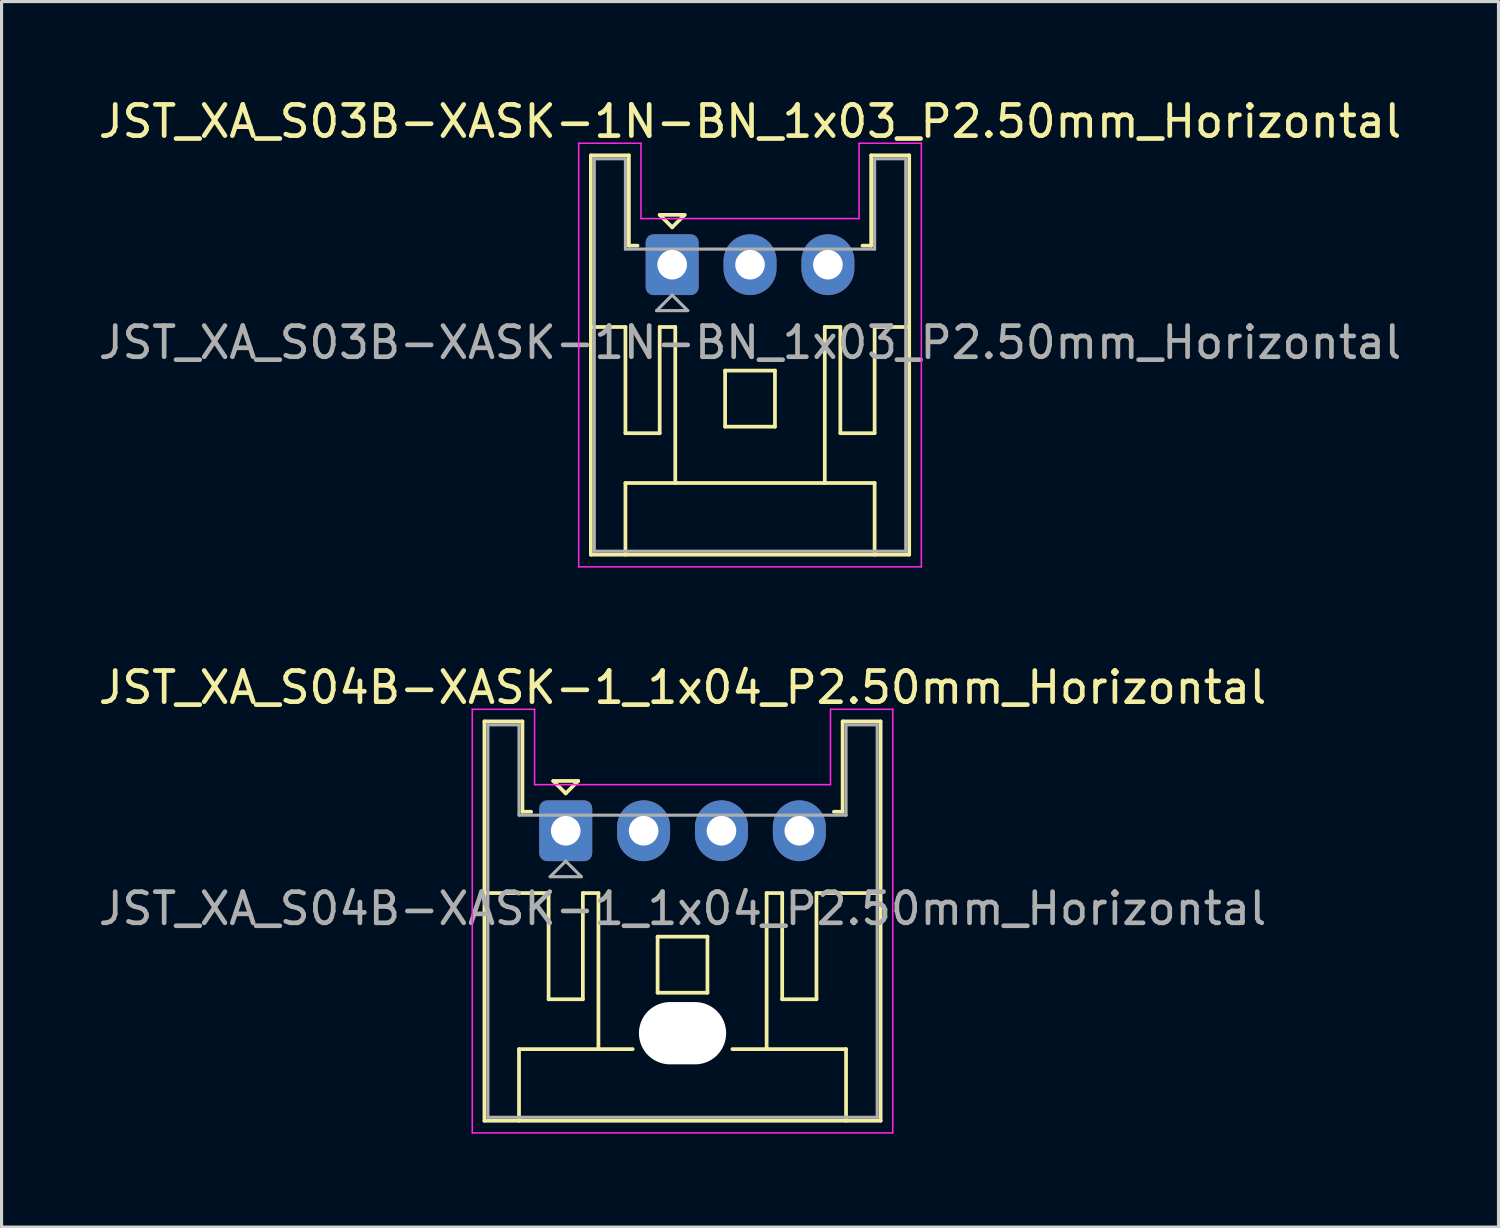
<source format=kicad_pcb>
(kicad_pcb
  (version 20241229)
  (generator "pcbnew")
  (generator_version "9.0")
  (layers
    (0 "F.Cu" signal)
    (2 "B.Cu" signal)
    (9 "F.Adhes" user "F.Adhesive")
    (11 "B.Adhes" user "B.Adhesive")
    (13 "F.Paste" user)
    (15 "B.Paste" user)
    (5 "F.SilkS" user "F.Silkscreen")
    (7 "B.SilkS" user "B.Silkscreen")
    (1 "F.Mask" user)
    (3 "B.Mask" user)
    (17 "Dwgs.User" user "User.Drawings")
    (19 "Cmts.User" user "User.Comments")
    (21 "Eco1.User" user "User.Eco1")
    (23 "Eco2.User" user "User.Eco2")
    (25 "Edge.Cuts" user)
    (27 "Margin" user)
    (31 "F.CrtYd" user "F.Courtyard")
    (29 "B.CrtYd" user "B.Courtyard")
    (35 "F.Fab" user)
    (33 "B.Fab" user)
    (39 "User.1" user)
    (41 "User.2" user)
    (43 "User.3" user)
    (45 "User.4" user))
  (footprint "JST_XA_S04B-XASK-1_1x04_P2.50mm_Horizontal"
    (layer "F.Cu")
    (at 15.113 23.622)
    (property "Reference" "JST_XA_S04B-XASK-1_1x04_P2.50mm_Horizontal" (at 3.75 -4.6 0) (layer "F.SilkS") (effects (font (size 1 1) (thickness 0.15))))
    (attr through_hole)
    (fp_line (start -2.61 -3.51) (end -2.61 9.31) (stroke (width 0.12) (type solid)) (layer "F.SilkS"))
    (fp_line (start -2.61 9.31) (end 10.11 9.31) (stroke (width 0.12) (type solid)) (layer "F.SilkS"))
    (fp_line (start -1.5 7.01) (end 2.15 7.01) (stroke (width 0.12) (type solid)) (layer "F.SilkS"))
    (fp_line (start -1.5 9.31) (end -1.5 7.01) (stroke (width 0.12) (type solid)) (layer "F.SilkS"))
    (fp_line (start -1.39 -3.51) (end -2.61 -3.51) (stroke (width 0.12) (type solid)) (layer "F.SilkS"))
    (fp_line (start -1.39 -0.61) (end -1.39 -3.51) (stroke (width 0.12) (type solid)) (layer "F.SilkS"))
    (fp_line (start -1.11 -0.61) (end -1.39 -0.61) (stroke (width 0.12) (type solid)) (layer "F.SilkS"))
    (fp_line (start -0.55 2) (end -2.61 2) (stroke (width 0.12) (type solid)) (layer "F.SilkS"))
    (fp_line (start -0.55 5.41) (end -0.55 2) (stroke (width 0.12) (type solid)) (layer "F.SilkS"))
    (fp_line (start -0.4 -1.6) (end 0.4 -1.6) (stroke (width 0.12) (type solid)) (layer "F.SilkS"))
    (fp_line (start 0 -1.2) (end -0.4 -1.6) (stroke (width 0.12) (type solid)) (layer "F.SilkS"))
    (fp_line (start 0.4 -1.6) (end 0 -1.2) (stroke (width 0.12) (type solid)) (layer "F.SilkS"))
    (fp_line (start 0.55 2) (end 0.55 5.41) (stroke (width 0.12) (type solid)) (layer "F.SilkS"))
    (fp_line (start 0.55 5.41) (end -0.55 5.41) (stroke (width 0.12) (type solid)) (layer "F.SilkS"))
    (fp_line (start 1.05 2) (end 0.55 2) (stroke (width 0.12) (type solid)) (layer "F.SilkS"))
    (fp_line (start 1.05 7.01) (end 1.05 2) (stroke (width 0.12) (type solid)) (layer "F.SilkS"))
    (fp_line (start 2.95 3.4) (end 4.55 3.4) (stroke (width 0.12) (type solid)) (layer "F.SilkS"))
    (fp_line (start 2.95 5.2) (end 2.95 3.4) (stroke (width 0.12) (type solid)) (layer "F.SilkS"))
    (fp_line (start 4.55 3.4) (end 4.55 5.2) (stroke (width 0.12) (type solid)) (layer "F.SilkS"))
    (fp_line (start 4.55 5.2) (end 2.95 5.2) (stroke (width 0.12) (type solid)) (layer "F.SilkS"))
    (fp_line (start 5.35 7.01) (end 9 7.01) (stroke (width 0.12) (type solid)) (layer "F.SilkS"))
    (fp_line (start 6.45 2) (end 6.95 2) (stroke (width 0.12) (type solid)) (layer "F.SilkS"))
    (fp_line (start 6.45 7.01) (end 6.45 2) (stroke (width 0.12) (type solid)) (layer "F.SilkS"))
    (fp_line (start 6.95 2) (end 6.95 5.41) (stroke (width 0.12) (type solid)) (layer "F.SilkS"))
    (fp_line (start 6.95 5.41) (end 8.05 5.41) (stroke (width 0.12) (type solid)) (layer "F.SilkS"))
    (fp_line (start 8.05 2) (end 10.11 2) (stroke (width 0.12) (type solid)) (layer "F.SilkS"))
    (fp_line (start 8.05 5.41) (end 8.05 2) (stroke (width 0.12) (type solid)) (layer "F.SilkS"))
    (fp_line (start 8.89 -3.51) (end 8.89 -0.61) (stroke (width 0.12) (type solid)) (layer "F.SilkS"))
    (fp_line (start 8.89 -0.61) (end 8.61 -0.61) (stroke (width 0.12) (type solid)) (layer "F.SilkS"))
    (fp_line (start 9 7.01) (end 9 9.31) (stroke (width 0.12) (type solid)) (layer "F.SilkS"))
    (fp_line (start 10.11 -3.51) (end 8.89 -3.51) (stroke (width 0.12) (type solid)) (layer "F.SilkS"))
    (fp_line (start 10.11 9.31) (end 10.11 -3.51) (stroke (width 0.12) (type solid)) (layer "F.SilkS"))
    (fp_line (start -3 -3.9) (end -3 9.7) (stroke (width 0.05) (type solid)) (layer "F.CrtYd"))
    (fp_line (start -3 9.7) (end 10.5 9.7) (stroke (width 0.05) (type solid)) (layer "F.CrtYd"))
    (fp_line (start -1 -3.9) (end -3 -3.9) (stroke (width 0.05) (type solid)) (layer "F.CrtYd"))
    (fp_line (start -1 -1.48) (end -1 -3.9) (stroke (width 0.05) (type solid)) (layer "F.CrtYd"))
    (fp_line (start 8.5 -3.9) (end 8.5 -1.48) (stroke (width 0.05) (type solid)) (layer "F.CrtYd"))
    (fp_line (start 8.5 -1.48) (end -1 -1.48) (stroke (width 0.05) (type solid)) (layer "F.CrtYd"))
    (fp_line (start 10.5 -3.9) (end 8.5 -3.9) (stroke (width 0.05) (type solid)) (layer "F.CrtYd"))
    (fp_line (start 10.5 9.7) (end 10.5 -3.9) (stroke (width 0.05) (type solid)) (layer "F.CrtYd"))
    (fp_line (start -2.5 -3.4) (end -2.5 9.2) (stroke (width 0.1) (type solid)) (layer "F.Fab"))
    (fp_line (start -2.5 9.2) (end 10 9.2) (stroke (width 0.1) (type solid)) (layer "F.Fab"))
    (fp_line (start -1.5 -3.4) (end -2.5 -3.4) (stroke (width 0.1) (type solid)) (layer "F.Fab"))
    (fp_line (start -1.5 -0.5) (end -1.5 -3.4) (stroke (width 0.1) (type solid)) (layer "F.Fab"))
    (fp_line (start -0.5 1.475) (end 0.5 1.475) (stroke (width 0.1) (type solid)) (layer "F.Fab"))
    (fp_line (start 0 0.975) (end -0.5 1.475) (stroke (width 0.1) (type solid)) (layer "F.Fab"))
    (fp_line (start 0.5 1.475) (end 0 0.975) (stroke (width 0.1) (type solid)) (layer "F.Fab"))
    (fp_line (start 9 -3.4) (end 9 -0.5) (stroke (width 0.1) (type solid)) (layer "F.Fab"))
    (fp_line (start 9 -0.5) (end -1.5 -0.5) (stroke (width 0.1) (type solid)) (layer "F.Fab"))
    (fp_line (start 10 -3.4) (end 9 -3.4) (stroke (width 0.1) (type solid)) (layer "F.Fab"))
    (fp_line (start 10 9.2) (end 10 -3.4) (stroke (width 0.1) (type solid)) (layer "F.Fab"))
    (fp_text user "${REFERENCE}" (at 3.75 2.5 0) (layer "F.Fab") (effects (font (size 1 1) (thickness 0.15))))
    (pad "" np_thru_hole oval (at 3.75 6.5) (size 2.8 2) (drill oval 2.8 2) (layers "*.Cu" "*.Mask"))
    (pad "1" thru_hole roundrect (at 0 0) (size 1.7 1.95) (drill 0.95) (layers "*.Cu" "*.Mask") (roundrect_rratio 0.147))
    (pad "2" thru_hole oval (at 2.5 0) (size 1.7 1.95) (drill 0.95) (layers "*.Cu" "*.Mask"))
    (pad "3" thru_hole oval (at 5 0) (size 1.7 1.95) (drill 0.95) (layers "*.Cu" "*.Mask"))
    (pad "4" thru_hole oval (at 7.5 0) (size 1.7 1.95) (drill 0.95) (layers "*.Cu" "*.Mask")))
  (footprint "JST_XA_S03B-XASK-1N-BN_1x03_P2.50mm_Horizontal"
    (layer "F.Cu")
    (at 18.53 5.448)
    (property "Reference" "JST_XA_S03B-XASK-1N-BN_1x03_P2.50mm_Horizontal" (at 2.5 -4.6 0) (layer "F.SilkS") (effects (font (size 1 1) (thickness 0.15))))
    (attr through_hole)
    (fp_line (start -2.61 -3.51) (end -2.61 9.31) (stroke (width 0.12) (type solid)) (layer "F.SilkS"))
    (fp_line (start -2.61 9.31) (end 7.61 9.31) (stroke (width 0.12) (type solid)) (layer "F.SilkS"))
    (fp_line (start -1.5 2) (end -2.61 2) (stroke (width 0.12) (type solid)) (layer "F.SilkS"))
    (fp_line (start -1.5 5.41) (end -1.5 2) (stroke (width 0.12) (type solid)) (layer "F.SilkS"))
    (fp_line (start -1.5 7.01) (end 6.5 7.01) (stroke (width 0.12) (type solid)) (layer "F.SilkS"))
    (fp_line (start -1.5 9.31) (end -1.5 7.01) (stroke (width 0.12) (type solid)) (layer "F.SilkS"))
    (fp_line (start -1.39 -3.51) (end -2.61 -3.51) (stroke (width 0.12) (type solid)) (layer "F.SilkS"))
    (fp_line (start -1.39 -0.61) (end -1.39 -3.51) (stroke (width 0.12) (type solid)) (layer "F.SilkS"))
    (fp_line (start -1.11 -0.61) (end -1.39 -0.61) (stroke (width 0.12) (type solid)) (layer "F.SilkS"))
    (fp_line (start -0.4 -1.6) (end 0.4 -1.6) (stroke (width 0.12) (type solid)) (layer "F.SilkS"))
    (fp_line (start -0.4 2) (end -0.4 5.41) (stroke (width 0.12) (type solid)) (layer "F.SilkS"))
    (fp_line (start -0.4 5.41) (end -1.5 5.41) (stroke (width 0.12) (type solid)) (layer "F.SilkS"))
    (fp_line (start 0 -1.2) (end -0.4 -1.6) (stroke (width 0.12) (type solid)) (layer "F.SilkS"))
    (fp_line (start 0.1 2) (end -0.4 2) (stroke (width 0.12) (type solid)) (layer "F.SilkS"))
    (fp_line (start 0.1 7.01) (end 0.1 2) (stroke (width 0.12) (type solid)) (layer "F.SilkS"))
    (fp_line (start 0.4 -1.6) (end 0 -1.2) (stroke (width 0.12) (type solid)) (layer "F.SilkS"))
    (fp_line (start 1.7 3.4) (end 3.3 3.4) (stroke (width 0.12) (type solid)) (layer "F.SilkS"))
    (fp_line (start 1.7 5.2) (end 1.7 3.4) (stroke (width 0.12) (type solid)) (layer "F.SilkS"))
    (fp_line (start 3.3 3.4) (end 3.3 5.2) (stroke (width 0.12) (type solid)) (layer "F.SilkS"))
    (fp_line (start 3.3 5.2) (end 1.7 5.2) (stroke (width 0.12) (type solid)) (layer "F.SilkS"))
    (fp_line (start 4.9 2) (end 5.4 2) (stroke (width 0.12) (type solid)) (layer "F.SilkS"))
    (fp_line (start 4.9 7.01) (end 4.9 2) (stroke (width 0.12) (type solid)) (layer "F.SilkS"))
    (fp_line (start 5.4 2) (end 5.4 5.41) (stroke (width 0.12) (type solid)) (layer "F.SilkS"))
    (fp_line (start 5.4 5.41) (end 6.5 5.41) (stroke (width 0.12) (type solid)) (layer "F.SilkS"))
    (fp_line (start 6.39 -3.51) (end 6.39 -0.61) (stroke (width 0.12) (type solid)) (layer "F.SilkS"))
    (fp_line (start 6.39 -0.61) (end 6.11 -0.61) (stroke (width 0.12) (type solid)) (layer "F.SilkS"))
    (fp_line (start 6.5 2) (end 7.61 2) (stroke (width 0.12) (type solid)) (layer "F.SilkS"))
    (fp_line (start 6.5 5.41) (end 6.5 2) (stroke (width 0.12) (type solid)) (layer "F.SilkS"))
    (fp_line (start 6.5 7.01) (end 6.5 9.31) (stroke (width 0.12) (type solid)) (layer "F.SilkS"))
    (fp_line (start 7.61 -3.51) (end 6.39 -3.51) (stroke (width 0.12) (type solid)) (layer "F.SilkS"))
    (fp_line (start 7.61 9.31) (end 7.61 -3.51) (stroke (width 0.12) (type solid)) (layer "F.SilkS"))
    (fp_line (start -3 -3.9) (end -3 9.7) (stroke (width 0.05) (type solid)) (layer "F.CrtYd"))
    (fp_line (start -3 9.7) (end 8 9.7) (stroke (width 0.05) (type solid)) (layer "F.CrtYd"))
    (fp_line (start -1 -3.9) (end -3 -3.9) (stroke (width 0.05) (type solid)) (layer "F.CrtYd"))
    (fp_line (start -1 -1.48) (end -1 -3.9) (stroke (width 0.05) (type solid)) (layer "F.CrtYd"))
    (fp_line (start 6 -3.9) (end 6 -1.48) (stroke (width 0.05) (type solid)) (layer "F.CrtYd"))
    (fp_line (start 6 -1.48) (end -1 -1.48) (stroke (width 0.05) (type solid)) (layer "F.CrtYd"))
    (fp_line (start 8 -3.9) (end 6 -3.9) (stroke (width 0.05) (type solid)) (layer "F.CrtYd"))
    (fp_line (start 8 9.7) (end 8 -3.9) (stroke (width 0.05) (type solid)) (layer "F.CrtYd"))
    (fp_line (start -2.5 -3.4) (end -2.5 9.2) (stroke (width 0.1) (type solid)) (layer "F.Fab"))
    (fp_line (start -2.5 9.2) (end 7.5 9.2) (stroke (width 0.1) (type solid)) (layer "F.Fab"))
    (fp_line (start -1.5 -3.4) (end -2.5 -3.4) (stroke (width 0.1) (type solid)) (layer "F.Fab"))
    (fp_line (start -1.5 -0.5) (end -1.5 -3.4) (stroke (width 0.1) (type solid)) (layer "F.Fab"))
    (fp_line (start -0.5 1.475) (end 0.5 1.475) (stroke (width 0.1) (type solid)) (layer "F.Fab"))
    (fp_line (start 0 0.975) (end -0.5 1.475) (stroke (width 0.1) (type solid)) (layer "F.Fab"))
    (fp_line (start 0.5 1.475) (end 0 0.975) (stroke (width 0.1) (type solid)) (layer "F.Fab"))
    (fp_line (start 6.5 -3.4) (end 6.5 -0.5) (stroke (width 0.1) (type solid)) (layer "F.Fab"))
    (fp_line (start 6.5 -0.5) (end -1.5 -0.5) (stroke (width 0.1) (type solid)) (layer "F.Fab"))
    (fp_line (start 7.5 -3.4) (end 6.5 -3.4) (stroke (width 0.1) (type solid)) (layer "F.Fab"))
    (fp_line (start 7.5 9.2) (end 7.5 -3.4) (stroke (width 0.1) (type solid)) (layer "F.Fab"))
    (fp_text user "${REFERENCE}" (at 2.5 2.5 0) (layer "F.Fab") (effects (font (size 1 1) (thickness 0.15))))
    (pad "1" thru_hole roundrect (at 0 0) (size 1.7 1.95) (drill 0.95) (layers "*.Cu" "*.Mask") (roundrect_rratio 0.147))
    (pad "2" thru_hole oval (at 2.5 0) (size 1.7 1.95) (drill 0.95) (layers "*.Cu" "*.Mask"))
    (pad "3" thru_hole oval (at 5 0) (size 1.7 1.95) (drill 0.95) (layers "*.Cu" "*.Mask")))
  (gr_rect
    (start -3 -3)
    (end 45.06 36.346)
    (stroke (width 0.1) (type default))
    (fill no)
    (layer "Edge.Cuts")))
</source>
